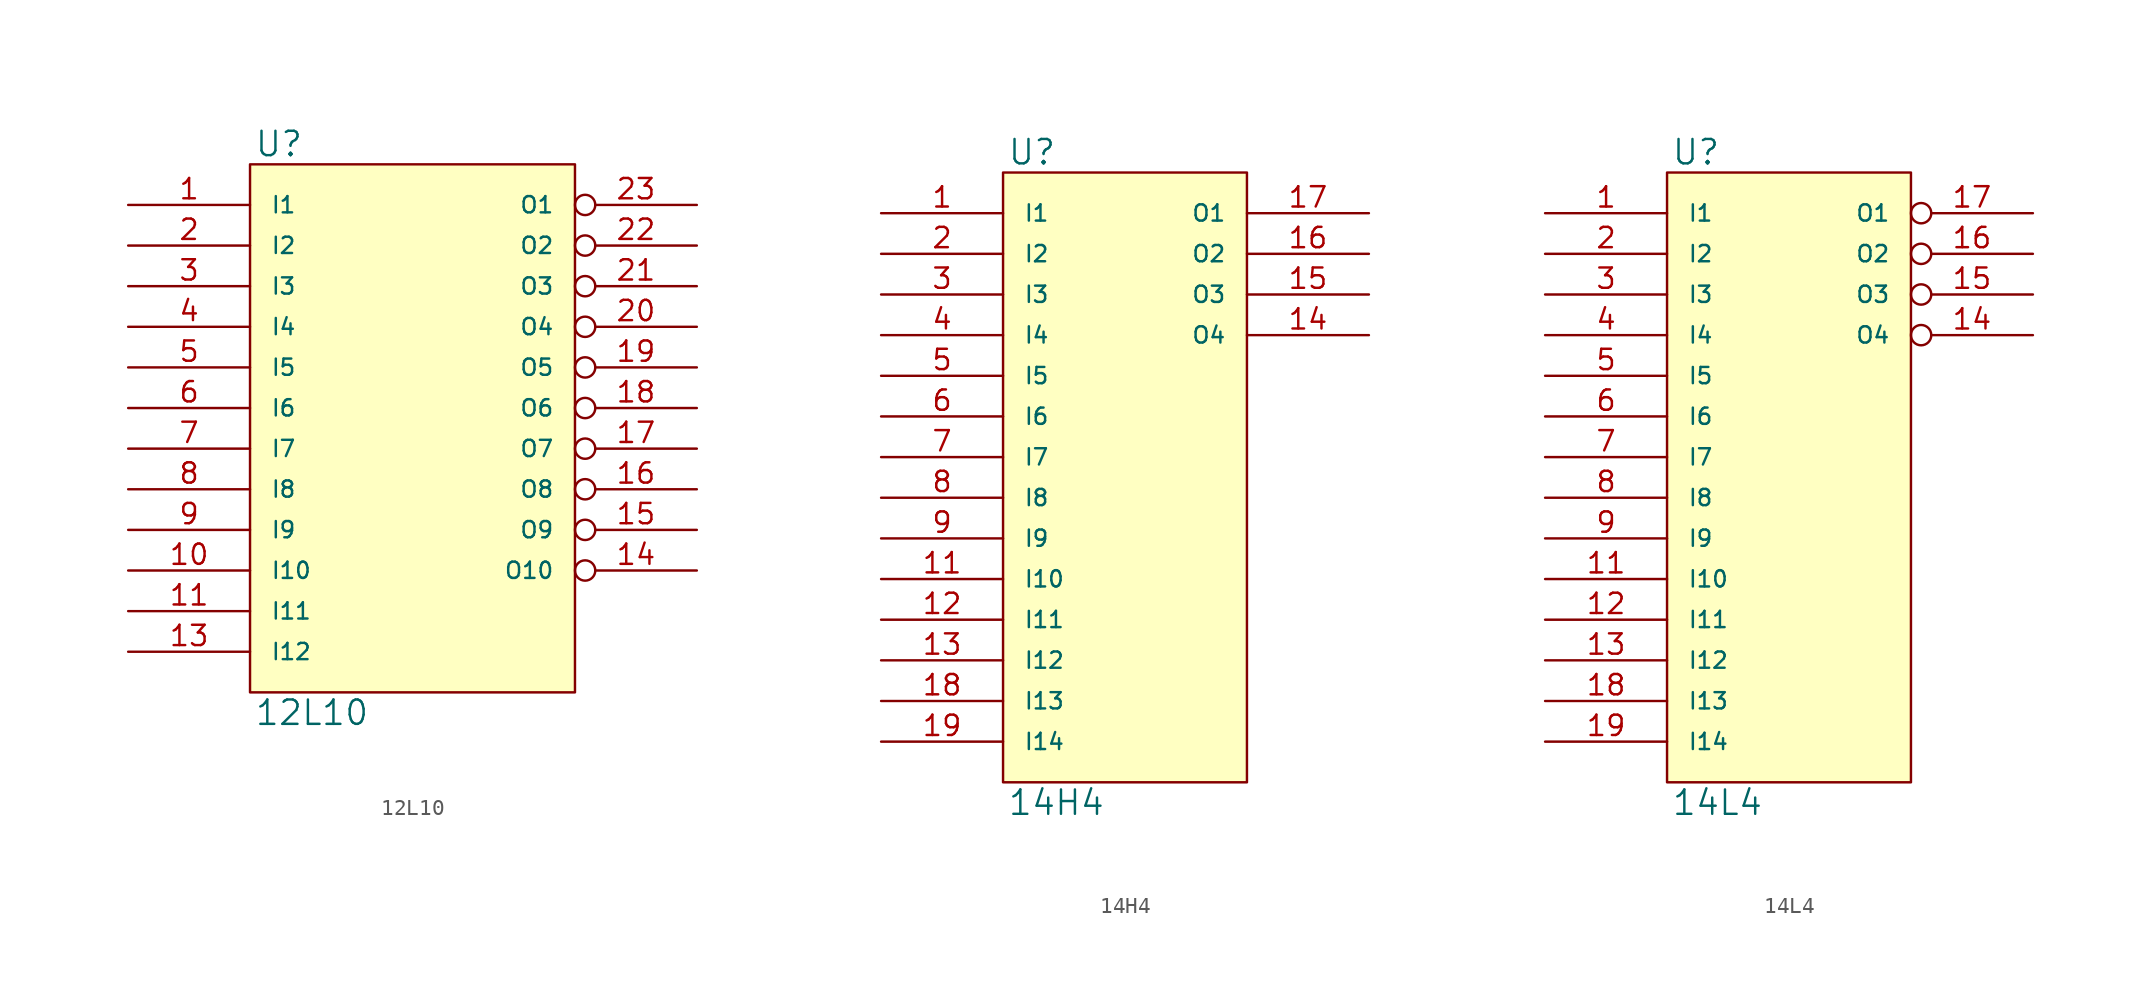
<source format=kicad_sym>
(kicad_symbol_lib
  (version 20231120)
  (generator "kicad_symbol_editor")
  (generator_version "8.0")
  (symbol "12L10"
    (pin_names
      (offset 1.27))
    (property "Reference" "U"
      (at 0.254 0.381 0)
      (effects (font (size 1.524 1.524)) (justify left bottom)))
    (property "Value" "12L10"
      (at 0.254 -33.401 0)
      (effects (font (size 1.524 1.524)) (justify left top)))
    (symbol "12L10_0_1"
      (rectangle (start 0 0) (end 20.32 -33.02) (stroke (width 0) (type solid)) (fill (type background))))
    (symbol "12L10_1_1"
      (pin input line (at -7.62 -2.54 0) (length 7.62) (name "I1" (effects (font (size 1.016 1.016)))) (number "1" (effects (font (size 1.27 1.27)))))
      (pin input line (at -7.62 -25.4 0) (length 7.62) (name "I10" (effects (font (size 1.016 1.016)))) (number "10" (effects (font (size 1.27 1.27)))))
      (pin input line (at -7.62 -27.94 0) (length 7.62) (name "I11" (effects (font (size 1.016 1.016)))) (number "11" (effects (font (size 1.27 1.27)))))
      (pin power_in line (at 0 -33.02 90) (length 0) hide (name "GND" (effects (font (size 1.016 1.016)))) (number "12" (effects (font (size 1.27 1.27)))))
      (pin input line (at -7.62 -30.48 0) (length 7.62) (name "I12" (effects (font (size 1.016 1.016)))) (number "13" (effects (font (size 1.27 1.27)))))
      (pin output inverted (at 27.94 -25.4 180) (length 7.62) (name "O10" (effects (font (size 1.016 1.016)))) (number "14" (effects (font (size 1.27 1.27)))))
      (pin output inverted (at 27.94 -22.86 180) (length 7.62) (name "O9" (effects (font (size 1.016 1.016)))) (number "15" (effects (font (size 1.27 1.27)))))
      (pin output inverted (at 27.94 -20.32 180) (length 7.62) (name "O8" (effects (font (size 1.016 1.016)))) (number "16" (effects (font (size 1.27 1.27)))))
      (pin output inverted (at 27.94 -17.78 180) (length 7.62) (name "O7" (effects (font (size 1.016 1.016)))) (number "17" (effects (font (size 1.27 1.27)))))
      (pin output inverted (at 27.94 -15.24 180) (length 7.62) (name "O6" (effects (font (size 1.016 1.016)))) (number "18" (effects (font (size 1.27 1.27)))))
      (pin output inverted (at 27.94 -12.7 180) (length 7.62) (name "O5" (effects (font (size 1.016 1.016)))) (number "19" (effects (font (size 1.27 1.27)))))
      (pin input line (at -7.62 -5.08 0) (length 7.62) (name "I2" (effects (font (size 1.016 1.016)))) (number "2" (effects (font (size 1.27 1.27)))))
      (pin output inverted (at 27.94 -10.16 180) (length 7.62) (name "O4" (effects (font (size 1.016 1.016)))) (number "20" (effects (font (size 1.27 1.27)))))
      (pin output inverted (at 27.94 -7.62 180) (length 7.62) (name "O3" (effects (font (size 1.016 1.016)))) (number "21" (effects (font (size 1.27 1.27)))))
      (pin output inverted (at 27.94 -5.08 180) (length 7.62) (name "O2" (effects (font (size 1.016 1.016)))) (number "22" (effects (font (size 1.27 1.27)))))
      (pin output inverted (at 27.94 -2.54 180) (length 7.62) (name "O1" (effects (font (size 1.016 1.016)))) (number "23" (effects (font (size 1.27 1.27)))))
      (pin power_in line (at 0 0 270) (length 0) hide (name "VCC" (effects (font (size 1.016 1.016)))) (number "24" (effects (font (size 1.27 1.27)))))
      (pin input line (at -7.62 -7.62 0) (length 7.62) (name "I3" (effects (font (size 1.016 1.016)))) (number "3" (effects (font (size 1.27 1.27)))))
      (pin input line (at -7.62 -10.16 0) (length 7.62) (name "I4" (effects (font (size 1.016 1.016)))) (number "4" (effects (font (size 1.27 1.27)))))
      (pin input line (at -7.62 -12.7 0) (length 7.62) (name "I5" (effects (font (size 1.016 1.016)))) (number "5" (effects (font (size 1.27 1.27)))))
      (pin input line (at -7.62 -15.24 0) (length 7.62) (name "I6" (effects (font (size 1.016 1.016)))) (number "6" (effects (font (size 1.27 1.27)))))
      (pin input line (at -7.62 -17.78 0) (length 7.62) (name "I7" (effects (font (size 1.016 1.016)))) (number "7" (effects (font (size 1.27 1.27)))))
      (pin input line (at -7.62 -20.32 0) (length 7.62) (name "I8" (effects (font (size 1.016 1.016)))) (number "8" (effects (font (size 1.27 1.27)))))
      (pin input line (at -7.62 -22.86 0) (length 7.62) (name "I9" (effects (font (size 1.016 1.016)))) (number "9" (effects (font (size 1.27 1.27)))))))
  (symbol "14H4"
    (pin_names
      (offset 1.27))
    (property "Reference" "U"
      (at 0.254 0.381 0)
      (effects (font (size 1.524 1.524)) (justify left bottom)))
    (property "Value" "14H4"
      (at 0.254 -38.481 0)
      (effects (font (size 1.524 1.524)) (justify left top)))
    (symbol "14H4_0_1"
      (rectangle (start 0 0) (end 15.24 -38.1) (stroke (width 0) (type solid)) (fill (type background))))
    (symbol "14H4_1_1"
      (pin input line (at -7.62 -2.54 0) (length 7.62) (name "I1" (effects (font (size 1.016 1.016)))) (number "1" (effects (font (size 1.27 1.27)))))
      (pin power_in line (at 0 -38.1 90) (length 0) hide (name "GND" (effects (font (size 1.016 1.016)))) (number "10" (effects (font (size 1.27 1.27)))))
      (pin input line (at -7.62 -25.4 0) (length 7.62) (name "I10" (effects (font (size 1.016 1.016)))) (number "11" (effects (font (size 1.27 1.27)))))
      (pin input line (at -7.62 -27.94 0) (length 7.62) (name "I11" (effects (font (size 1.016 1.016)))) (number "12" (effects (font (size 1.27 1.27)))))
      (pin input line (at -7.62 -30.48 0) (length 7.62) (name "I12" (effects (font (size 1.016 1.016)))) (number "13" (effects (font (size 1.27 1.27)))))
      (pin output line (at 22.86 -10.16 180) (length 7.62) (name "O4" (effects (font (size 1.016 1.016)))) (number "14" (effects (font (size 1.27 1.27)))))
      (pin output line (at 22.86 -7.62 180) (length 7.62) (name "O3" (effects (font (size 1.016 1.016)))) (number "15" (effects (font (size 1.27 1.27)))))
      (pin output line (at 22.86 -5.08 180) (length 7.62) (name "O2" (effects (font (size 1.016 1.016)))) (number "16" (effects (font (size 1.27 1.27)))))
      (pin output line (at 22.86 -2.54 180) (length 7.62) (name "O1" (effects (font (size 1.016 1.016)))) (number "17" (effects (font (size 1.27 1.27)))))
      (pin input line (at -7.62 -33.02 0) (length 7.62) (name "I13" (effects (font (size 1.016 1.016)))) (number "18" (effects (font (size 1.27 1.27)))))
      (pin input line (at -7.62 -35.56 0) (length 7.62) (name "I14" (effects (font (size 1.016 1.016)))) (number "19" (effects (font (size 1.27 1.27)))))
      (pin input line (at -7.62 -5.08 0) (length 7.62) (name "I2" (effects (font (size 1.016 1.016)))) (number "2" (effects (font (size 1.27 1.27)))))
      (pin power_in line (at 0 0 270) (length 0) hide (name "VCC" (effects (font (size 1.016 1.016)))) (number "20" (effects (font (size 1.27 1.27)))))
      (pin input line (at -7.62 -7.62 0) (length 7.62) (name "I3" (effects (font (size 1.016 1.016)))) (number "3" (effects (font (size 1.27 1.27)))))
      (pin input line (at -7.62 -10.16 0) (length 7.62) (name "I4" (effects (font (size 1.016 1.016)))) (number "4" (effects (font (size 1.27 1.27)))))
      (pin input line (at -7.62 -12.7 0) (length 7.62) (name "I5" (effects (font (size 1.016 1.016)))) (number "5" (effects (font (size 1.27 1.27)))))
      (pin input line (at -7.62 -15.24 0) (length 7.62) (name "I6" (effects (font (size 1.016 1.016)))) (number "6" (effects (font (size 1.27 1.27)))))
      (pin input line (at -7.62 -17.78 0) (length 7.62) (name "I7" (effects (font (size 1.016 1.016)))) (number "7" (effects (font (size 1.27 1.27)))))
      (pin input line (at -7.62 -20.32 0) (length 7.62) (name "I8" (effects (font (size 1.016 1.016)))) (number "8" (effects (font (size 1.27 1.27)))))
      (pin input line (at -7.62 -22.86 0) (length 7.62) (name "I9" (effects (font (size 1.016 1.016)))) (number "9" (effects (font (size 1.27 1.27)))))))
  (symbol "14L4"
    (pin_names
      (offset 1.27))
    (property "Reference" "U"
      (at 0.254 0.381 0)
      (effects (font (size 1.524 1.524)) (justify left bottom)))
    (property "Value" "14L4"
      (at 0.254 -38.481 0)
      (effects (font (size 1.524 1.524)) (justify left top)))
    (symbol "14L4_0_1"
      (rectangle (start 0 0) (end 15.24 -38.1) (stroke (width 0) (type solid)) (fill (type background))))
    (symbol "14L4_1_1"
      (pin input line (at -7.62 -2.54 0) (length 7.62) (name "I1" (effects (font (size 1.016 1.016)))) (number "1" (effects (font (size 1.27 1.27)))))
      (pin power_in line (at 0 -38.1 90) (length 0) hide (name "GND" (effects (font (size 1.016 1.016)))) (number "10" (effects (font (size 1.27 1.27)))))
      (pin input line (at -7.62 -25.4 0) (length 7.62) (name "I10" (effects (font (size 1.016 1.016)))) (number "11" (effects (font (size 1.27 1.27)))))
      (pin input line (at -7.62 -27.94 0) (length 7.62) (name "I11" (effects (font (size 1.016 1.016)))) (number "12" (effects (font (size 1.27 1.27)))))
      (pin input line (at -7.62 -30.48 0) (length 7.62) (name "I12" (effects (font (size 1.016 1.016)))) (number "13" (effects (font (size 1.27 1.27)))))
      (pin output inverted (at 22.86 -10.16 180) (length 7.62) (name "O4" (effects (font (size 1.016 1.016)))) (number "14" (effects (font (size 1.27 1.27)))))
      (pin output inverted (at 22.86 -7.62 180) (length 7.62) (name "O3" (effects (font (size 1.016 1.016)))) (number "15" (effects (font (size 1.27 1.27)))))
      (pin output inverted (at 22.86 -5.08 180) (length 7.62) (name "O2" (effects (font (size 1.016 1.016)))) (number "16" (effects (font (size 1.27 1.27)))))
      (pin output inverted (at 22.86 -2.54 180) (length 7.62) (name "O1" (effects (font (size 1.016 1.016)))) (number "17" (effects (font (size 1.27 1.27)))))
      (pin input line (at -7.62 -33.02 0) (length 7.62) (name "I13" (effects (font (size 1.016 1.016)))) (number "18" (effects (font (size 1.27 1.27)))))
      (pin input line (at -7.62 -35.56 0) (length 7.62) (name "I14" (effects (font (size 1.016 1.016)))) (number "19" (effects (font (size 1.27 1.27)))))
      (pin input line (at -7.62 -5.08 0) (length 7.62) (name "I2" (effects (font (size 1.016 1.016)))) (number "2" (effects (font (size 1.27 1.27)))))
      (pin power_in line (at 0 0 270) (length 0) hide (name "VCC" (effects (font (size 1.016 1.016)))) (number "20" (effects (font (size 1.27 1.27)))))
      (pin input line (at -7.62 -7.62 0) (length 7.62) (name "I3" (effects (font (size 1.016 1.016)))) (number "3" (effects (font (size 1.27 1.27)))))
      (pin input line (at -7.62 -10.16 0) (length 7.62) (name "I4" (effects (font (size 1.016 1.016)))) (number "4" (effects (font (size 1.27 1.27)))))
      (pin input line (at -7.62 -12.7 0) (length 7.62) (name "I5" (effects (font (size 1.016 1.016)))) (number "5" (effects (font (size 1.27 1.27)))))
      (pin input line (at -7.62 -15.24 0) (length 7.62) (name "I6" (effects (font (size 1.016 1.016)))) (number "6" (effects (font (size 1.27 1.27)))))
      (pin input line (at -7.62 -17.78 0) (length 7.62) (name "I7" (effects (font (size 1.016 1.016)))) (number "7" (effects (font (size 1.27 1.27)))))
      (pin input line (at -7.62 -20.32 0) (length 7.62) (name "I8" (effects (font (size 1.016 1.016)))) (number "8" (effects (font (size 1.27 1.27)))))
      (pin input line (at -7.62 -22.86 0) (length 7.62) (name "I9" (effects (font (size 1.016 1.016)))) (number "9" (effects (font (size 1.27 1.27))))))))
</source>
